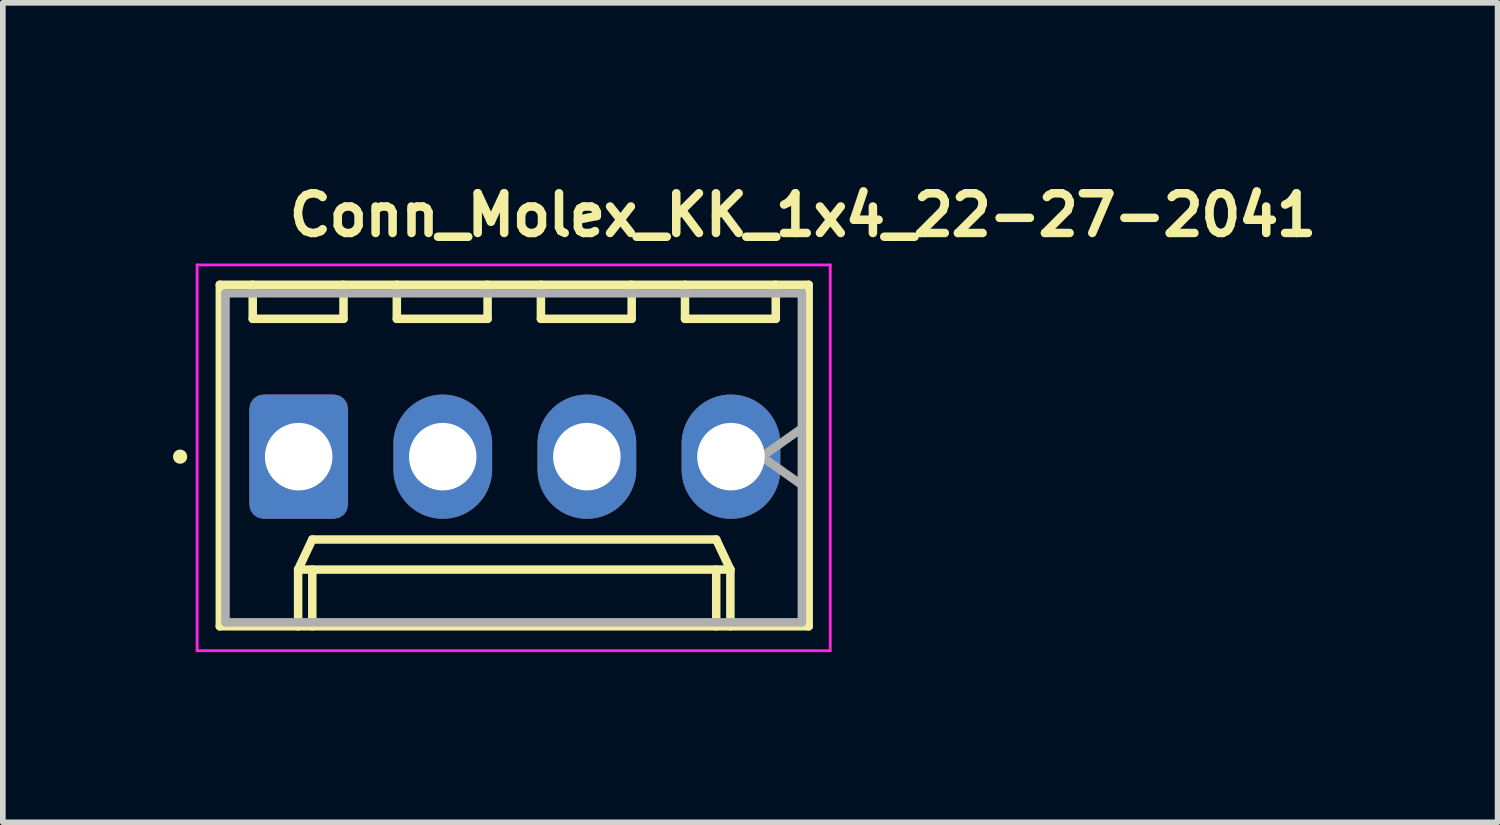
<source format=kicad_pcb>
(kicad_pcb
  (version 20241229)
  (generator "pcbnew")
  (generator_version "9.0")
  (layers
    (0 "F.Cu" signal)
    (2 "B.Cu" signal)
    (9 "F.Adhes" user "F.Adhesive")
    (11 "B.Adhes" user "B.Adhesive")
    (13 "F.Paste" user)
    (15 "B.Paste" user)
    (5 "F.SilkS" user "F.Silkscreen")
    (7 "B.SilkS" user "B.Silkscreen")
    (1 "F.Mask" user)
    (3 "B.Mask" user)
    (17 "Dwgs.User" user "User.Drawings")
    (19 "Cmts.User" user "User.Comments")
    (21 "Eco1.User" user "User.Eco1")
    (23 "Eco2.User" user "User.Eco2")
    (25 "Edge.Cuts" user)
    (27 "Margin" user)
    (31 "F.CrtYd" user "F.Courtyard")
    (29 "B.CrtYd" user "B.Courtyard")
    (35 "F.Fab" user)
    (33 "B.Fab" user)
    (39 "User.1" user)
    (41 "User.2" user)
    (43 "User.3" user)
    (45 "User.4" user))
  (footprint "Conn_Molex_KK_1x4_22-27-2041"
    (layer "F.Cu")
    (at 2.215 5)
    (property "Reference" "Conn_Molex_KK_1x4_22-27-2041" (at -0.243 -3.85 0) (layer "F.SilkS") (effects (font (size 0.7 0.7) (thickness 0.15)) (justify left bottom)))
    (attr through_hole)
    (fp_line (start -1.39 -3.03) (end -1.39 2.99) (stroke (width 0.15) (type solid)) (layer "F.SilkS"))
    (fp_line (start -1.39 2.99) (end 8.99 2.99) (stroke (width 0.15) (type solid)) (layer "F.SilkS"))
    (fp_line (start -0.81 -3.03) (end -0.81 -2.43) (stroke (width 0.15) (type solid)) (layer "F.SilkS"))
    (fp_line (start -0.81 -2.43) (end 0.79 -2.43) (stroke (width 0.15) (type solid)) (layer "F.SilkS"))
    (fp_line (start -0.01 1.99) (end 0.24 1.46) (stroke (width 0.15) (type solid)) (layer "F.SilkS"))
    (fp_line (start -0.01 1.99) (end 7.61 1.99) (stroke (width 0.15) (type solid)) (layer "F.SilkS"))
    (fp_line (start -0.01 2.99) (end -0.01 1.99) (stroke (width 0.15) (type solid)) (layer "F.SilkS"))
    (fp_line (start 0.24 1.46) (end 7.36 1.46) (stroke (width 0.15) (type solid)) (layer "F.SilkS"))
    (fp_line (start 0.24 2.99) (end 0.24 1.99) (stroke (width 0.15) (type solid)) (layer "F.SilkS"))
    (fp_line (start 0.79 -2.43) (end 0.79 -3.03) (stroke (width 0.15) (type solid)) (layer "F.SilkS"))
    (fp_line (start 1.73 -3.03) (end 1.73 -2.43) (stroke (width 0.15) (type solid)) (layer "F.SilkS"))
    (fp_line (start 1.73 -2.43) (end 3.33 -2.43) (stroke (width 0.15) (type solid)) (layer "F.SilkS"))
    (fp_line (start 3.33 -2.43) (end 3.33 -3.03) (stroke (width 0.15) (type solid)) (layer "F.SilkS"))
    (fp_line (start 4.27 -3.03) (end 4.27 -2.43) (stroke (width 0.15) (type solid)) (layer "F.SilkS"))
    (fp_line (start 4.27 -2.43) (end 5.87 -2.43) (stroke (width 0.15) (type solid)) (layer "F.SilkS"))
    (fp_line (start 5.87 -2.43) (end 5.87 -3.03) (stroke (width 0.15) (type solid)) (layer "F.SilkS"))
    (fp_line (start 6.81 -3.03) (end 6.81 -2.43) (stroke (width 0.15) (type solid)) (layer "F.SilkS"))
    (fp_line (start 6.81 -2.43) (end 8.41 -2.43) (stroke (width 0.15) (type solid)) (layer "F.SilkS"))
    (fp_line (start 7.36 1.46) (end 7.61 1.99) (stroke (width 0.15) (type solid)) (layer "F.SilkS"))
    (fp_line (start 7.36 2.99) (end 7.36 1.99) (stroke (width 0.15) (type solid)) (layer "F.SilkS"))
    (fp_line (start 7.61 1.99) (end 7.61 2.99) (stroke (width 0.15) (type solid)) (layer "F.SilkS"))
    (fp_line (start 8.41 -2.43) (end 8.41 -3.03) (stroke (width 0.15) (type solid)) (layer "F.SilkS"))
    (fp_line (start 8.99 -3.03) (end -1.39 -3.03) (stroke (width 0.15) (type solid)) (layer "F.SilkS"))
    (fp_line (start 8.99 2.99) (end 8.99 -3.03) (stroke (width 0.15) (type solid)) (layer "F.SilkS"))
    (fp_circle (center -2.09 0) (end -2.04 0) (stroke (width 0.15) (type solid)) (fill yes) (layer "F.SilkS"))
    (fp_line (start -1.79 -3.38) (end -1.79 3.42) (stroke (width 0.05) (type solid)) (layer "F.CrtYd"))
    (fp_line (start -1.79 3.42) (end 9.37 3.42) (stroke (width 0.05) (type solid)) (layer "F.CrtYd"))
    (fp_line (start 9.37 -3.38) (end -1.79 -3.38) (stroke (width 0.05) (type solid)) (layer "F.CrtYd"))
    (fp_line (start 9.37 3.42) (end 9.37 -3.38) (stroke (width 0.05) (type solid)) (layer "F.CrtYd"))
    (fp_line (start -1.29 -2.88) (end -1.29 2.92) (stroke (width 0.15) (type solid)) (layer "F.Fab"))
    (fp_line (start -1.29 2.92) (end 8.87 2.92) (stroke (width 0.15) (type solid)) (layer "F.Fab"))
    (fp_line (start 8.163 0) (end 8.87 -0.5) (stroke (width 0.15) (type solid)) (layer "F.Fab"))
    (fp_line (start 8.87 -2.88) (end -1.29 -2.88) (stroke (width 0.15) (type solid)) (layer "F.Fab"))
    (fp_line (start 8.87 0.5) (end 8.163 0) (stroke (width 0.15) (type solid)) (layer "F.Fab"))
    (fp_line (start 8.87 2.92) (end 8.87 -2.88) (stroke (width 0.15) (type solid)) (layer "F.Fab"))
    (fp_rect (start -1.201 -3.25) (end 8.805 3.099) (stroke (width 0.1) (type solid)) (fill no) (layer "User.5"))
    (fp_line (start -1.201 3.099) (end -1.201 -3.25) (stroke (width 0.02) (type solid)) (layer "User.9"))
    (fp_line (start -0.325 -0.316) (end -0.122 -0.113) (stroke (width 0.02) (type solid)) (layer "User.9"))
    (fp_line (start -0.325 0.318) (end -0.325 -0.316) (stroke (width 0.02) (type solid)) (layer "User.9"))
    (fp_line (start -0.325 0.318) (end -0.122 0.115) (stroke (width 0.02) (type solid)) (layer "User.9"))
    (fp_line (start -0.122 0.115) (end -0.122 -0.113) (stroke (width 0.02) (type solid)) (layer "User.9"))
    (fp_line (start -0.008 2.464) (end -0.008 1.385) (stroke (width 0.02) (type solid)) (layer "User.9"))
    (fp_line (start -0.008 3.099) (end -1.201 3.099) (stroke (width 0.02) (type solid)) (layer "User.9"))
    (fp_line (start -0.008 3.099) (end -0.008 2.464) (stroke (width 0.02) (type solid)) (layer "User.9"))
    (fp_line (start 0.107 -0.113) (end -0.122 -0.113) (stroke (width 0.02) (type solid)) (layer "User.9"))
    (fp_line (start 0.107 -0.113) (end 0.107 0.115) (stroke (width 0.02) (type solid)) (layer "User.9"))
    (fp_line (start 0.107 0.115) (end -0.122 0.115) (stroke (width 0.02) (type solid)) (layer "User.9"))
    (fp_line (start 0.31 -0.316) (end -0.325 -0.316) (stroke (width 0.02) (type solid)) (layer "User.9"))
    (fp_line (start 0.31 -0.316) (end 0.107 -0.113) (stroke (width 0.02) (type solid)) (layer "User.9"))
    (fp_line (start 0.31 -0.316) (end 0.31 0.318) (stroke (width 0.02) (type solid)) (layer "User.9"))
    (fp_line (start 0.31 0.318) (end -0.325 0.318) (stroke (width 0.02) (type solid)) (layer "User.9"))
    (fp_line (start 0.31 0.318) (end 0.107 0.115) (stroke (width 0.02) (type solid)) (layer "User.9"))
    (fp_line (start 0.373 -3.25) (end -1.201 -3.25) (stroke (width 0.02) (type solid)) (layer "User.9"))
    (fp_line (start 0.373 -3.25) (end 0.628 -2.996) (stroke (width 0.02) (type solid)) (layer "User.9"))
    (fp_line (start 0.628 -2.996) (end 1.897 -2.996) (stroke (width 0.02) (type solid)) (layer "User.9"))
    (fp_line (start 1.897 -2.996) (end 2.152 -3.25) (stroke (width 0.02) (type solid)) (layer "User.9"))
    (fp_line (start 2.215 -0.316) (end 2.418 -0.113) (stroke (width 0.02) (type solid)) (layer "User.9"))
    (fp_line (start 2.215 0.318) (end 2.215 -0.316) (stroke (width 0.02) (type solid)) (layer "User.9"))
    (fp_line (start 2.215 0.318) (end 2.418 0.115) (stroke (width 0.02) (type solid)) (layer "User.9"))
    (fp_line (start 2.418 0.115) (end 2.418 -0.113) (stroke (width 0.02) (type solid)) (layer "User.9"))
    (fp_line (start 2.647 -0.113) (end 2.418 -0.113) (stroke (width 0.02) (type solid)) (layer "User.9"))
    (fp_line (start 2.647 -0.113) (end 2.647 0.115) (stroke (width 0.02) (type solid)) (layer "User.9"))
    (fp_line (start 2.647 0.115) (end 2.418 0.115) (stroke (width 0.02) (type solid)) (layer "User.9"))
    (fp_line (start 2.85 -0.316) (end 2.215 -0.316) (stroke (width 0.02) (type solid)) (layer "User.9"))
    (fp_line (start 2.85 -0.316) (end 2.647 -0.113) (stroke (width 0.02) (type solid)) (layer "User.9"))
    (fp_line (start 2.85 -0.316) (end 2.85 0.318) (stroke (width 0.02) (type solid)) (layer "User.9"))
    (fp_line (start 2.85 0.318) (end 2.215 0.318) (stroke (width 0.02) (type solid)) (layer "User.9"))
    (fp_line (start 2.85 0.318) (end 2.647 0.115) (stroke (width 0.02) (type solid)) (layer "User.9"))
    (fp_line (start 2.913 -3.25) (end 2.152 -3.25) (stroke (width 0.02) (type solid)) (layer "User.9"))
    (fp_line (start 2.913 -3.25) (end 3.168 -2.996) (stroke (width 0.02) (type solid)) (layer "User.9"))
    (fp_line (start 3.168 -2.996) (end 4.437 -2.996) (stroke (width 0.02) (type solid)) (layer "User.9"))
    (fp_line (start 4.437 -2.996) (end 4.691 -3.25) (stroke (width 0.02) (type solid)) (layer "User.9"))
    (fp_line (start 4.755 -0.316) (end 4.958 -0.113) (stroke (width 0.02) (type solid)) (layer "User.9"))
    (fp_line (start 4.755 0.318) (end 4.755 -0.316) (stroke (width 0.02) (type solid)) (layer "User.9"))
    (fp_line (start 4.755 0.318) (end 4.958 0.115) (stroke (width 0.02) (type solid)) (layer "User.9"))
    (fp_line (start 4.958 0.115) (end 4.958 -0.113) (stroke (width 0.02) (type solid)) (layer "User.9"))
    (fp_line (start 5.187 -0.113) (end 4.958 -0.113) (stroke (width 0.02) (type solid)) (layer "User.9"))
    (fp_line (start 5.187 -0.113) (end 5.187 0.115) (stroke (width 0.02) (type solid)) (layer "User.9"))
    (fp_line (start 5.187 0.115) (end 4.958 0.115) (stroke (width 0.02) (type solid)) (layer "User.9"))
    (fp_line (start 5.39 -0.316) (end 4.755 -0.316) (stroke (width 0.02) (type solid)) (layer "User.9"))
    (fp_line (start 5.39 -0.316) (end 5.187 -0.113) (stroke (width 0.02) (type solid)) (layer "User.9"))
    (fp_line (start 5.39 -0.316) (end 5.39 0.318) (stroke (width 0.02) (type solid)) (layer "User.9"))
    (fp_line (start 5.39 0.318) (end 4.755 0.318) (stroke (width 0.02) (type solid)) (layer "User.9"))
    (fp_line (start 5.39 0.318) (end 5.187 0.115) (stroke (width 0.02) (type solid)) (layer "User.9"))
    (fp_line (start 7.295 -0.316) (end 7.498 -0.113) (stroke (width 0.02) (type solid)) (layer "User.9"))
    (fp_line (start 7.295 0.318) (end 7.295 -0.316) (stroke (width 0.02) (type solid)) (layer "User.9"))
    (fp_line (start 7.295 0.318) (end 7.498 0.115) (stroke (width 0.02) (type solid)) (layer "User.9"))
    (fp_line (start 7.498 0.115) (end 7.498 -0.113) (stroke (width 0.02) (type solid)) (layer "User.9"))
    (fp_line (start 7.612 1.385) (end -0.008 1.385) (stroke (width 0.02) (type solid)) (layer "User.9"))
    (fp_line (start 7.612 2.464) (end -0.008 2.464) (stroke (width 0.02) (type solid)) (layer "User.9"))
    (fp_line (start 7.612 2.464) (end 7.612 1.385) (stroke (width 0.02) (type solid)) (layer "User.9"))
    (fp_line (start 7.612 3.099) (end -0.008 3.099) (stroke (width 0.02) (type solid)) (layer "User.9"))
    (fp_line (start 7.612 3.099) (end 7.612 2.464) (stroke (width 0.02) (type solid)) (layer "User.9"))
    (fp_line (start 7.726 -0.113) (end 7.498 -0.113) (stroke (width 0.02) (type solid)) (layer "User.9"))
    (fp_line (start 7.726 -0.113) (end 7.726 0.115) (stroke (width 0.02) (type solid)) (layer "User.9"))
    (fp_line (start 7.726 0.115) (end 7.498 0.115) (stroke (width 0.02) (type solid)) (layer "User.9"))
    (fp_line (start 7.929 -0.316) (end 7.295 -0.316) (stroke (width 0.02) (type solid)) (layer "User.9"))
    (fp_line (start 7.929 -0.316) (end 7.726 -0.113) (stroke (width 0.02) (type solid)) (layer "User.9"))
    (fp_line (start 7.929 -0.316) (end 7.929 0.318) (stroke (width 0.02) (type solid)) (layer "User.9"))
    (fp_line (start 7.929 0.318) (end 7.295 0.318) (stroke (width 0.02) (type solid)) (layer "User.9"))
    (fp_line (start 7.929 0.318) (end 7.726 0.115) (stroke (width 0.02) (type solid)) (layer "User.9"))
    (fp_line (start 8.805 -3.25) (end 4.691 -3.25) (stroke (width 0.02) (type solid)) (layer "User.9"))
    (fp_line (start 8.805 3.099) (end 7.612 3.099) (stroke (width 0.02) (type solid)) (layer "User.9"))
    (fp_line (start 8.805 3.099) (end 8.805 -3.25) (stroke (width 0.02) (type solid)) (layer "User.9"))
    (pad "1" thru_hole roundrect (at 0 0) (size 1.74 2.19) (drill 1.19) (layers "*.Cu" "*.Mask") (roundrect_rratio 0.144))
    (pad "2" thru_hole oval (at 2.54 0) (size 1.74 2.19) (drill 1.19) (layers "*.Cu" "*.Mask"))
    (pad "3" thru_hole oval (at 5.08 0) (size 1.74 2.19) (drill 1.19) (layers "*.Cu" "*.Mask"))
    (pad "4" thru_hole oval (at 7.62 0) (size 1.74 2.19) (drill 1.19) (layers "*.Cu" "*.Mask")))
  (gr_rect
    (start -3 -3)
    (end 23.349 11.445)
    (stroke (width 0.1) (type default))
    (fill no)
    (layer "Edge.Cuts")))
</source>
